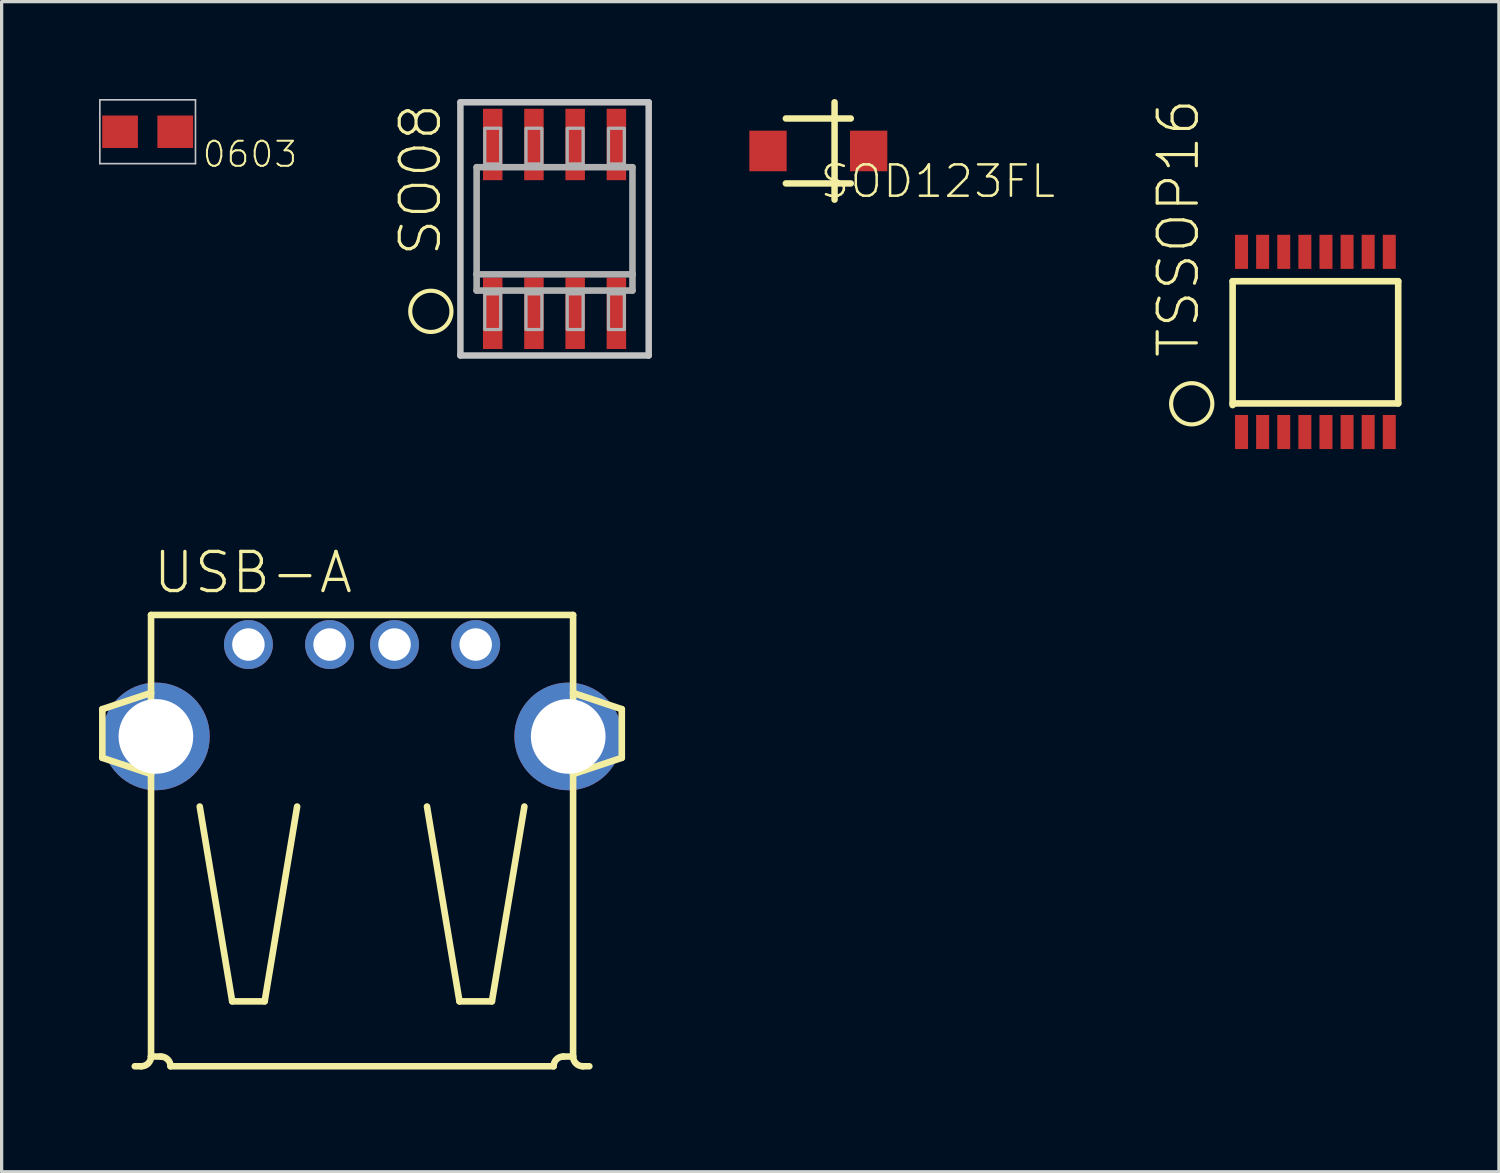
<source format=kicad_pcb>
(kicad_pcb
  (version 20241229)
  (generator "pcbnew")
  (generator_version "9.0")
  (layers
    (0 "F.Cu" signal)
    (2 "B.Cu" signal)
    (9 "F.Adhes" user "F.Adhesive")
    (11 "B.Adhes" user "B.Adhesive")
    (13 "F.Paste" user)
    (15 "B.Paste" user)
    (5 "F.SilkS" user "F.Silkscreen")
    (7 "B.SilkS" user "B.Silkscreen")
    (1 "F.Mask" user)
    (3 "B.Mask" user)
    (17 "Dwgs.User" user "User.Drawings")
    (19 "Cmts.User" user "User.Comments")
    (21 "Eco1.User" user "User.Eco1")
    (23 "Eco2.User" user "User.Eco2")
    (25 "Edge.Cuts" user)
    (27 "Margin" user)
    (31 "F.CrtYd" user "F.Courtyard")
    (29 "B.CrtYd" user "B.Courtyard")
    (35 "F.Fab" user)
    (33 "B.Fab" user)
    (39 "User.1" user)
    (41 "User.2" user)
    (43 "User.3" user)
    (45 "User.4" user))
  (footprint "0603"
    (layer "F.Cu")
    (at 1.498 1.008)
    (property "Reference" "0603" (at 1.639 1.147 180) (layer "F.SilkS") (effects (font (size 0.772 0.772) (thickness 0.062)) (justify left bottom)))
    (attr through_hole)
    (fp_line (start -1.473 -0.983) (end 1.473 -0.983) (stroke (width 0.051) (type solid)) (layer "Dwgs.User"))
    (fp_line (start -1.473 0.983) (end -1.473 -0.983) (stroke (width 0.051) (type solid)) (layer "Dwgs.User"))
    (fp_line (start 1.473 -0.983) (end 1.473 0.983) (stroke (width 0.051) (type solid)) (layer "Dwgs.User"))
    (fp_line (start 1.473 0.983) (end -1.473 0.983) (stroke (width 0.051) (type solid)) (layer "Dwgs.User"))
    (pad "1" smd rect (at -0.85 0) (size 1.1 1) (layers "F.Cu" "F.Mask" "F.Paste"))
    (pad "2" smd rect (at 0.85 0) (size 1.1 1) (layers "F.Cu" "F.Mask" "F.Paste")))
  (footprint "TSSOP16"
    (layer "F.Cu")
    (at 37.467 7.482)
    (property "Reference" "TSSOP16" (at -3.515 0.552 90) (layer "F.SilkS") (effects (font (size 1.206 1.206) (thickness 0.097)) (justify left bottom)))
    (attr through_hole)
    (fp_line (start -2.55 -1.87) (end 2.55 -1.87) (stroke (width 0.203) (type solid)) (layer "F.SilkS"))
    (fp_line (start -2.55 1.945) (end -2.55 -1.87) (stroke (width 0.203) (type solid)) (layer "F.SilkS"))
    (fp_line (start 2.55 -1.87) (end 2.55 1.895) (stroke (width 0.203) (type solid)) (layer "F.SilkS"))
    (fp_line (start 2.55 1.895) (end -2.55 1.895) (stroke (width 0.203) (type solid)) (layer "F.SilkS"))
    (fp_circle (center -3.81 1.905) (end -3.175 1.905) (stroke (width 0.127) (type solid)) (fill no) (layer "F.SilkS"))
    (pad "1" smd rect (at -2.275 2.775 90) (size 1.05 0.4) (layers "F.Cu" "F.Mask" "F.Paste"))
    (pad "2" smd rect (at -1.625 2.775 90) (size 1.05 0.4) (layers "F.Cu" "F.Mask" "F.Paste"))
    (pad "3" smd rect (at -0.975 2.775 90) (size 1.05 0.4) (layers "F.Cu" "F.Mask" "F.Paste"))
    (pad "4" smd rect (at -0.325 2.775 90) (size 1.05 0.4) (layers "F.Cu" "F.Mask" "F.Paste"))
    (pad "5" smd rect (at 0.325 2.775 90) (size 1.05 0.4) (layers "F.Cu" "F.Mask" "F.Paste"))
    (pad "6" smd rect (at 0.975 2.775 90) (size 1.05 0.4) (layers "F.Cu" "F.Mask" "F.Paste"))
    (pad "7" smd rect (at 1.625 2.775 90) (size 1.05 0.4) (layers "F.Cu" "F.Mask" "F.Paste"))
    (pad "8" smd rect (at 2.275 2.775 90) (size 1.05 0.4) (layers "F.Cu" "F.Mask" "F.Paste"))
    (pad "9" smd rect (at 2.275 -2.775 90) (size 1.05 0.4) (layers "F.Cu" "F.Mask" "F.Paste"))
    (pad "10" smd rect (at 1.625 -2.775 90) (size 1.05 0.4) (layers "F.Cu" "F.Mask" "F.Paste"))
    (pad "11" smd rect (at 0.975 -2.775 90) (size 1.05 0.4) (layers "F.Cu" "F.Mask" "F.Paste"))
    (pad "12" smd rect (at 0.325 -2.775 90) (size 1.05 0.4) (layers "F.Cu" "F.Mask" "F.Paste"))
    (pad "13" smd rect (at -0.325 -2.775 90) (size 1.05 0.4) (layers "F.Cu" "F.Mask" "F.Paste"))
    (pad "14" smd rect (at -0.975 -2.775 90) (size 1.05 0.4) (layers "F.Cu" "F.Mask" "F.Paste"))
    (pad "15" smd rect (at -1.625 -2.775 90) (size 1.05 0.4) (layers "F.Cu" "F.Mask" "F.Paste"))
    (pad "16" smd rect (at -2.275 -2.775 90) (size 1.05 0.4) (layers "F.Cu" "F.Mask" "F.Paste")))
  (footprint "SO08"
    (layer "F.Cu")
    (at 14.031 4)
    (property "Reference" "SO08" (at -3.425 0.905 90) (layer "F.SilkS") (effects (font (size 1.206 1.206) (thickness 0.097)) (justify left bottom)))
    (attr through_hole)
    (fp_circle (center -3.81 2.54) (end -3.175 2.54) (stroke (width 0.127) (type solid)) (fill no) (layer "F.SilkS"))
    (fp_line (start -2.9 -3.9) (end 2.9 -3.9) (stroke (width 0.2) (type solid)) (layer "Dwgs.User"))
    (fp_line (start -2.9 3.9) (end -2.9 -3.9) (stroke (width 0.2) (type solid)) (layer "Dwgs.User"))
    (fp_line (start 2.9 -3.9) (end 2.9 3.9) (stroke (width 0.2) (type solid)) (layer "Dwgs.User"))
    (fp_line (start 2.9 3.9) (end -2.9 3.9) (stroke (width 0.2) (type solid)) (layer "Dwgs.User"))
    (fp_line (start -2.4 -1.9) (end 2.4 -1.9) (stroke (width 0.203) (type solid)) (layer "F.Fab"))
    (fp_line (start -2.4 1.4) (end -2.4 -1.9) (stroke (width 0.203) (type solid)) (layer "F.Fab"))
    (fp_line (start -2.4 1.9) (end -2.4 1.4) (stroke (width 0.203) (type solid)) (layer "F.Fab"))
    (fp_line (start 2.4 -1.9) (end 2.4 1.4) (stroke (width 0.203) (type solid)) (layer "F.Fab"))
    (fp_line (start 2.4 1.4) (end -2.4 1.4) (stroke (width 0.203) (type solid)) (layer "F.Fab"))
    (fp_line (start 2.4 1.4) (end 2.4 1.9) (stroke (width 0.203) (type solid)) (layer "F.Fab"))
    (fp_line (start 2.4 1.9) (end -2.4 1.9) (stroke (width 0.203) (type solid)) (layer "F.Fab"))
    (fp_poly (pts (xy -2.15 -2) (xy -1.66 -2) (xy -1.66 -3.1) (xy -2.15 -3.1)) (stroke (width 0.1) (type solid)) (fill no) (layer "F.Fab"))
    (fp_poly (pts (xy -2.15 3.1) (xy -1.66 3.1) (xy -1.66 2) (xy -2.15 2)) (stroke (width 0.1) (type solid)) (fill no) (layer "F.Fab"))
    (fp_poly (pts (xy -0.88 -2) (xy -0.39 -2) (xy -0.39 -3.1) (xy -0.88 -3.1)) (stroke (width 0.1) (type solid)) (fill no) (layer "F.Fab"))
    (fp_poly (pts (xy -0.88 3.1) (xy -0.39 3.1) (xy -0.39 2) (xy -0.88 2)) (stroke (width 0.1) (type solid)) (fill no) (layer "F.Fab"))
    (fp_poly (pts (xy 0.39 -2) (xy 0.88 -2) (xy 0.88 -3.1) (xy 0.39 -3.1)) (stroke (width 0.1) (type solid)) (fill no) (layer "F.Fab"))
    (fp_poly (pts (xy 0.39 3.1) (xy 0.88 3.1) (xy 0.88 2) (xy 0.39 2)) (stroke (width 0.1) (type solid)) (fill no) (layer "F.Fab"))
    (fp_poly (pts (xy 1.66 -2) (xy 2.15 -2) (xy 2.15 -3.1) (xy 1.66 -3.1)) (stroke (width 0.1) (type solid)) (fill no) (layer "F.Fab"))
    (fp_poly (pts (xy 1.66 3.1) (xy 2.15 3.1) (xy 2.15 2) (xy 1.66 2)) (stroke (width 0.1) (type solid)) (fill no) (layer "F.Fab"))
    (pad "1" smd rect (at -1.905 2.6) (size 0.6 2.2) (layers "F.Cu" "F.Mask" "F.Paste"))
    (pad "2" smd rect (at -0.635 2.6) (size 0.6 2.2) (layers "F.Cu" "F.Mask" "F.Paste"))
    (pad "3" smd rect (at 0.635 2.6) (size 0.6 2.2) (layers "F.Cu" "F.Mask" "F.Paste"))
    (pad "4" smd rect (at 1.905 2.6) (size 0.6 2.2) (layers "F.Cu" "F.Mask" "F.Paste"))
    (pad "5" smd rect (at 1.905 -2.6) (size 0.6 2.2) (layers "F.Cu" "F.Mask" "F.Paste"))
    (pad "6" smd rect (at 0.635 -2.6) (size 0.6 2.2) (layers "F.Cu" "F.Mask" "F.Paste"))
    (pad "7" smd rect (at -0.635 -2.6) (size 0.6 2.2) (layers "F.Cu" "F.Mask" "F.Paste"))
    (pad "8" smd rect (at -1.905 -2.6) (size 0.6 2.2) (layers "F.Cu" "F.Mask" "F.Paste")))
  (footprint "USB-A"
    (layer "F.Cu")
    (at 8.102 29.793)
    (property "Reference" "USB-A" (at -6.5 -14.5 0) (layer "F.SilkS") (effects (font (size 1.206 1.206) (thickness 0.102)) (justify left bottom)))
    (attr through_hole)
    (fp_line (start -8 -11) (end -8 -9.5) (stroke (width 0.203) (type solid)) (layer "F.SilkS"))
    (fp_line (start -8 -9.5) (end -6.5 -9) (stroke (width 0.203) (type solid)) (layer "F.SilkS"))
    (fp_line (start -6.8 0) (end -7 0) (stroke (width 0.203) (type solid)) (layer "F.SilkS"))
    (fp_line (start -6.5 -13.9) (end -6.5 -11.5) (stroke (width 0.203) (type solid)) (layer "F.SilkS"))
    (fp_line (start -6.5 -11.5) (end -8 -11) (stroke (width 0.203) (type solid)) (layer "F.SilkS"))
    (fp_line (start -6.5 -11.5) (end -6.5 -9) (stroke (width 0.203) (type solid)) (layer "F.SilkS"))
    (fp_line (start -6.5 -9) (end -6.5 -0.3) (stroke (width 0.203) (type solid)) (layer "F.SilkS"))
    (fp_line (start -6.5 -0.3) (end -6.5 -0.3) (stroke (width 0.203) (type solid)) (layer "F.SilkS"))
    (fp_line (start -6.5 -0.3) (end -6.2 -0.3) (stroke (width 0.203) (type solid)) (layer "F.SilkS"))
    (fp_line (start -5.9 0) (end 5.9 0) (stroke (width 0.203) (type solid)) (layer "F.SilkS"))
    (fp_line (start -5 -8) (end -4 -2) (stroke (width 0.203) (type solid)) (layer "F.SilkS"))
    (fp_line (start -4 -2) (end -3 -2) (stroke (width 0.203) (type solid)) (layer "F.SilkS"))
    (fp_line (start -3 -2) (end -2 -8) (stroke (width 0.203) (type solid)) (layer "F.SilkS"))
    (fp_line (start 3 -2) (end 2 -8) (stroke (width 0.203) (type solid)) (layer "F.SilkS"))
    (fp_line (start 4 -2) (end 3 -2) (stroke (width 0.203) (type solid)) (layer "F.SilkS"))
    (fp_line (start 5 -8) (end 4 -2) (stroke (width 0.203) (type solid)) (layer "F.SilkS"))
    (fp_line (start 6.2 -0.3) (end 6.5 -0.3) (stroke (width 0.203) (type solid)) (layer "F.SilkS"))
    (fp_line (start 6.5 -13.9) (end -6.5 -13.9) (stroke (width 0.203) (type solid)) (layer "F.SilkS"))
    (fp_line (start 6.5 -11.5) (end 6.5 -13.9) (stroke (width 0.203) (type solid)) (layer "F.SilkS"))
    (fp_line (start 6.5 -11.5) (end 8 -11) (stroke (width 0.203) (type solid)) (layer "F.SilkS"))
    (fp_line (start 6.5 -9) (end 6.5 -11.5) (stroke (width 0.203) (type solid)) (layer "F.SilkS"))
    (fp_line (start 6.5 -0.3) (end 6.5 -9) (stroke (width 0.203) (type solid)) (layer "F.SilkS"))
    (fp_line (start 6.8 0) (end 7 0) (stroke (width 0.203) (type solid)) (layer "F.SilkS"))
    (fp_line (start 8 -11) (end 8 -9.5) (stroke (width 0.203) (type solid)) (layer "F.SilkS"))
    (fp_line (start 8 -9.5) (end 6.5 -9) (stroke (width 0.203) (type solid)) (layer "F.SilkS"))
    (fp_arc (start -6.4999 -0.3) (mid -6.587768 -0.087868) (end -6.7999 0) (stroke (width 0.2032) (type solid)) (layer "F.SilkS"))
    (fp_arc (start -6.2 -0.3) (mid -5.987868 -0.212132) (end -5.9 0) (stroke (width 0.2032) (type solid)) (layer "F.SilkS"))
    (fp_arc (start 5.9 0) (mid 5.987862 -0.212167) (end 6.199999 -0.300099) (stroke (width 0.2032) (type solid)) (layer "F.SilkS"))
    (fp_arc (start 6.8 0) (mid 6.587868 -0.087868) (end 6.5 -0.3) (stroke (width 0.2032) (type solid)) (layer "F.SilkS"))
    (pad "1" thru_hole circle (at -3.5 -12.99) (size 1.508 1.508) (drill 1) (layers "*.Cu" "*.Mask"))
    (pad "2" thru_hole circle (at -1 -12.99) (size 1.508 1.508) (drill 1) (layers "*.Cu" "*.Mask"))
    (pad "3" thru_hole circle (at 1 -12.99) (size 1.508 1.508) (drill 1) (layers "*.Cu" "*.Mask"))
    (pad "4" thru_hole circle (at 3.5 -12.99) (size 1.508 1.508) (drill 1) (layers "*.Cu" "*.Mask"))
    (pad "P$G1" thru_hole circle (at -6.35 -10.16) (size 3.316 3.316) (drill 2.3) (layers "*.Cu" "*.Mask"))
    (pad "P$G2" thru_hole circle (at 6.35 -10.16) (size 3.316 3.316) (drill 2.3) (layers "*.Cu" "*.Mask")))
  (footprint "SOD123FL"
    (layer "F.Cu")
    (at 22.156 1.6)
    (property "Reference" "SOD123FL" (at 0 1.5 0) (layer "F.SilkS") (effects (font (size 0.965 0.965) (thickness 0.077)) (justify left bottom)))
    (attr through_hole)
    (fp_line (start -1 -1) (end 0.5 -1) (stroke (width 0.2) (type solid)) (layer "F.SilkS"))
    (fp_line (start 0.5 -1.5) (end 0.5 -1) (stroke (width 0.2) (type solid)) (layer "F.SilkS"))
    (fp_line (start 0.5 -1) (end 0.5 1) (stroke (width 0.2) (type solid)) (layer "F.SilkS"))
    (fp_line (start 0.5 -1) (end 1 -1) (stroke (width 0.2) (type solid)) (layer "F.SilkS"))
    (fp_line (start 0.5 1) (end -1 1) (stroke (width 0.2) (type solid)) (layer "F.SilkS"))
    (fp_line (start 0.5 1) (end 0.5 1.5) (stroke (width 0.2) (type solid)) (layer "F.SilkS"))
    (fp_line (start 1 1) (end 0.5 1) (stroke (width 0.2) (type solid)) (layer "F.SilkS"))
    (pad "P$A" smd rect (at -1.55 0) (size 1.15 1.25) (layers "F.Cu" "F.Mask" "F.Paste"))
    (pad "P$K" smd rect (at 1.55 0) (size 1.15 1.25) (layers "F.Cu" "F.Mask" "F.Paste")))
  (gr_rect
    (start -3 -3)
    (end 43.119 33.043)
    (stroke (width 0.1) (type default))
    (fill no)
    (layer "Edge.Cuts")))
</source>
